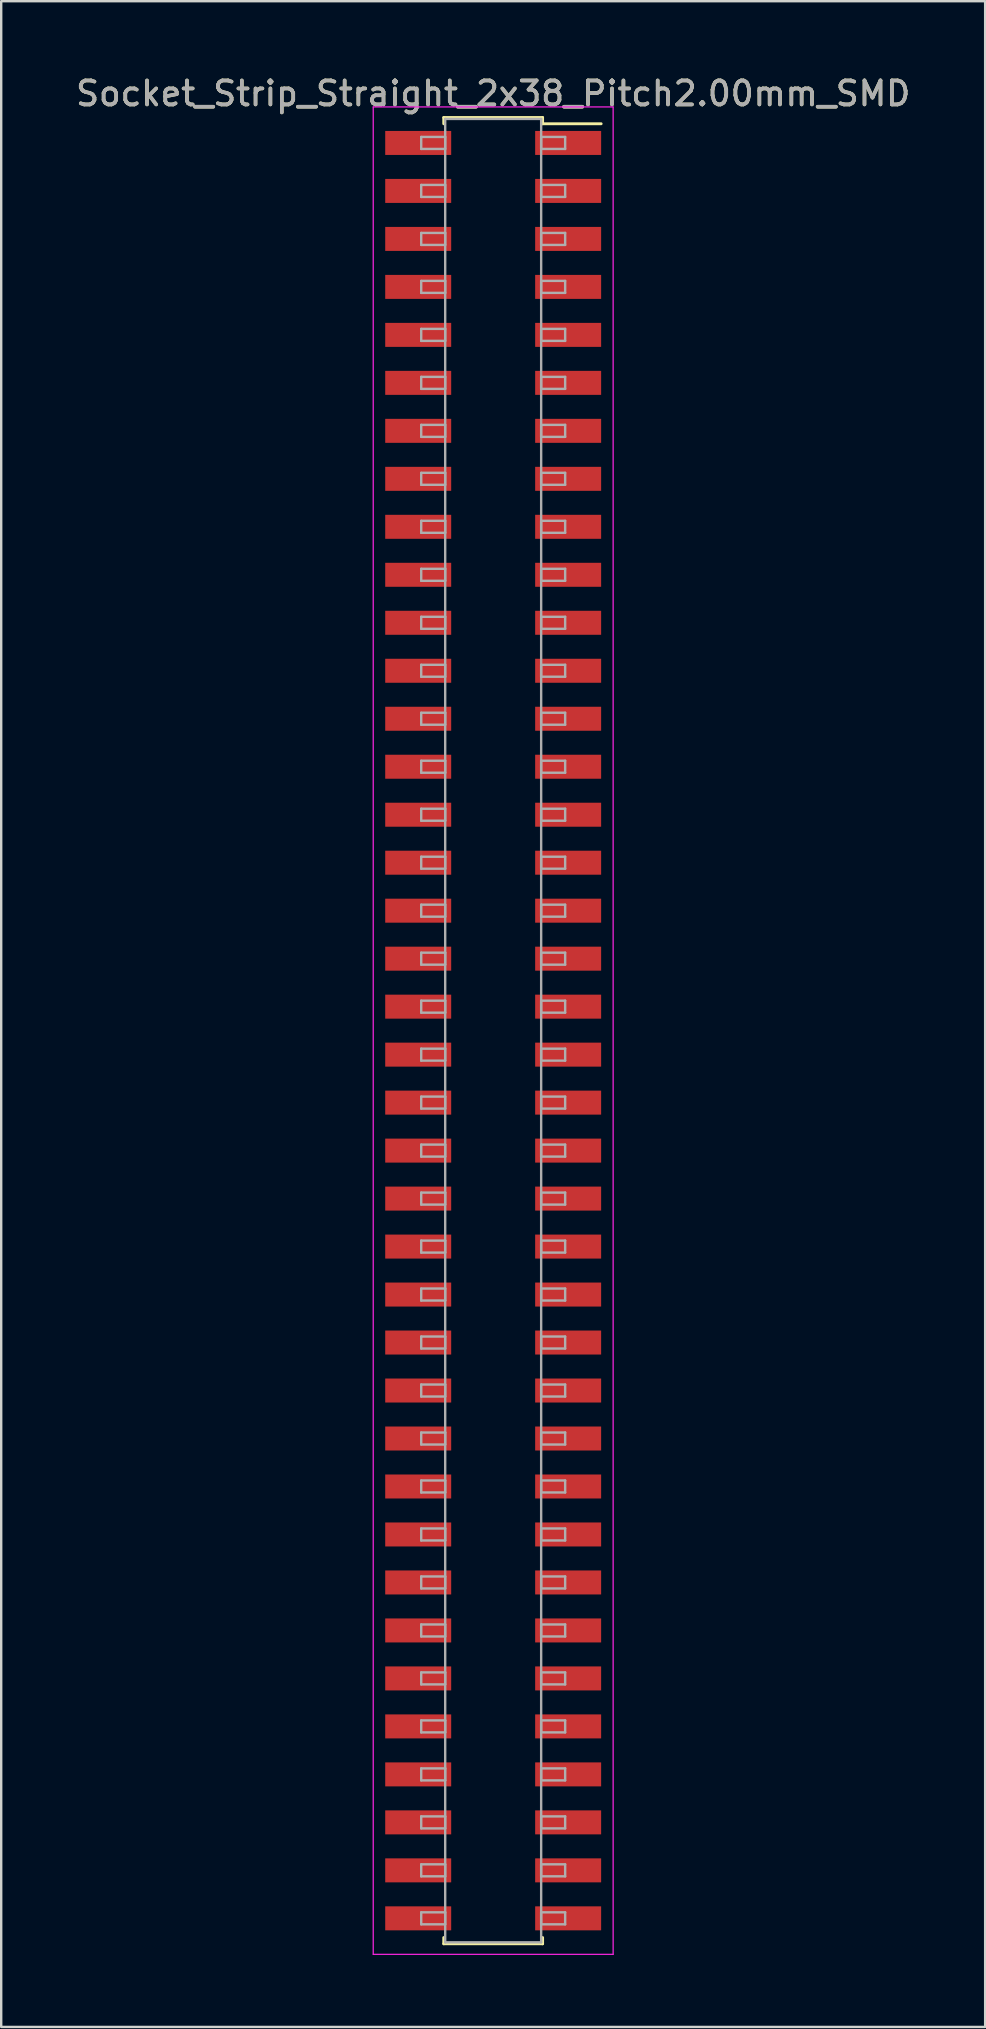
<source format=kicad_pcb>
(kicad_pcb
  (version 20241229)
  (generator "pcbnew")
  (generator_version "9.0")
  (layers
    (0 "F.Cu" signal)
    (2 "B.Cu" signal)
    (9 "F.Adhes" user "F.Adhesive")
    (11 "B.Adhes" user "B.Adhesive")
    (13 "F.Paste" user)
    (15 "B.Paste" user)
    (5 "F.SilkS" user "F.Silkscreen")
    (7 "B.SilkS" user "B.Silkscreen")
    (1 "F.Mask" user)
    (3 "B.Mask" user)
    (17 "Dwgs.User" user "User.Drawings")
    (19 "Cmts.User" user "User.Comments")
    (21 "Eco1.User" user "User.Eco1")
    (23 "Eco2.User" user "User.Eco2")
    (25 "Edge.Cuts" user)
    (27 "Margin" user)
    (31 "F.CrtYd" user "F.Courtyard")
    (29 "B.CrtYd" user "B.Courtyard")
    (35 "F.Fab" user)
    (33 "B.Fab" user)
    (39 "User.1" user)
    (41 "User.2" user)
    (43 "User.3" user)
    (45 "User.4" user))
  (footprint "Socket_Strip_Straight_2x38_Pitch2.00mm_SMD"
    (layer "F.Cu")
    (at 17.506 39.908)
    (property "Reference" "Socket_Strip_Straight_2x38_Pitch2.00mm_SMD" (at 0 -39.06 0) (layer "F.SilkS") (effects (font (size 1 1) (thickness 0.15))))
    (attr smd)
    (fp_line (start -2.06 -38.06) (end 2.06 -38.06) (stroke (width 0.12) (type solid)) (layer "F.SilkS"))
    (fp_line (start -2.06 -37.8) (end -2.06 -38.06) (stroke (width 0.12) (type solid)) (layer "F.SilkS"))
    (fp_line (start -2.06 37.8) (end -2.06 38.06) (stroke (width 0.12) (type solid)) (layer "F.SilkS"))
    (fp_line (start -2.06 38.06) (end 2.06 38.06) (stroke (width 0.12) (type solid)) (layer "F.SilkS"))
    (fp_line (start 2.06 -38.06) (end 2.06 -37.8) (stroke (width 0.12) (type solid)) (layer "F.SilkS"))
    (fp_line (start 2.06 38.06) (end 2.06 37.8) (stroke (width 0.12) (type solid)) (layer "F.SilkS"))
    (fp_line (start 4.5 -37.8) (end 2.06 -37.8) (stroke (width 0.12) (type solid)) (layer "F.SilkS"))
    (fp_line (start -5 -38.5) (end -5 38.5) (stroke (width 0.05) (type solid)) (layer "F.CrtYd"))
    (fp_line (start -5 38.5) (end 5 38.5) (stroke (width 0.05) (type solid)) (layer "F.CrtYd"))
    (fp_line (start 5 -38.5) (end -5 -38.5) (stroke (width 0.05) (type solid)) (layer "F.CrtYd"))
    (fp_line (start 5 38.5) (end 5 -38.5) (stroke (width 0.05) (type solid)) (layer "F.CrtYd"))
    (fp_line (start -3 -37.25) (end -2 -37.25) (stroke (width 0.1) (type solid)) (layer "F.Fab"))
    (fp_line (start -3 -36.75) (end -3 -37.25) (stroke (width 0.1) (type solid)) (layer "F.Fab"))
    (fp_line (start -3 -35.25) (end -2 -35.25) (stroke (width 0.1) (type solid)) (layer "F.Fab"))
    (fp_line (start -3 -34.75) (end -3 -35.25) (stroke (width 0.1) (type solid)) (layer "F.Fab"))
    (fp_line (start -3 -33.25) (end -2 -33.25) (stroke (width 0.1) (type solid)) (layer "F.Fab"))
    (fp_line (start -3 -32.75) (end -3 -33.25) (stroke (width 0.1) (type solid)) (layer "F.Fab"))
    (fp_line (start -3 -31.25) (end -2 -31.25) (stroke (width 0.1) (type solid)) (layer "F.Fab"))
    (fp_line (start -3 -30.75) (end -3 -31.25) (stroke (width 0.1) (type solid)) (layer "F.Fab"))
    (fp_line (start -3 -29.25) (end -2 -29.25) (stroke (width 0.1) (type solid)) (layer "F.Fab"))
    (fp_line (start -3 -28.75) (end -3 -29.25) (stroke (width 0.1) (type solid)) (layer "F.Fab"))
    (fp_line (start -3 -27.25) (end -2 -27.25) (stroke (width 0.1) (type solid)) (layer "F.Fab"))
    (fp_line (start -3 -26.75) (end -3 -27.25) (stroke (width 0.1) (type solid)) (layer "F.Fab"))
    (fp_line (start -3 -25.25) (end -2 -25.25) (stroke (width 0.1) (type solid)) (layer "F.Fab"))
    (fp_line (start -3 -24.75) (end -3 -25.25) (stroke (width 0.1) (type solid)) (layer "F.Fab"))
    (fp_line (start -3 -23.25) (end -2 -23.25) (stroke (width 0.1) (type solid)) (layer "F.Fab"))
    (fp_line (start -3 -22.75) (end -3 -23.25) (stroke (width 0.1) (type solid)) (layer "F.Fab"))
    (fp_line (start -3 -21.25) (end -2 -21.25) (stroke (width 0.1) (type solid)) (layer "F.Fab"))
    (fp_line (start -3 -20.75) (end -3 -21.25) (stroke (width 0.1) (type solid)) (layer "F.Fab"))
    (fp_line (start -3 -19.25) (end -2 -19.25) (stroke (width 0.1) (type solid)) (layer "F.Fab"))
    (fp_line (start -3 -18.75) (end -3 -19.25) (stroke (width 0.1) (type solid)) (layer "F.Fab"))
    (fp_line (start -3 -17.25) (end -2 -17.25) (stroke (width 0.1) (type solid)) (layer "F.Fab"))
    (fp_line (start -3 -16.75) (end -3 -17.25) (stroke (width 0.1) (type solid)) (layer "F.Fab"))
    (fp_line (start -3 -15.25) (end -2 -15.25) (stroke (width 0.1) (type solid)) (layer "F.Fab"))
    (fp_line (start -3 -14.75) (end -3 -15.25) (stroke (width 0.1) (type solid)) (layer "F.Fab"))
    (fp_line (start -3 -13.25) (end -2 -13.25) (stroke (width 0.1) (type solid)) (layer "F.Fab"))
    (fp_line (start -3 -12.75) (end -3 -13.25) (stroke (width 0.1) (type solid)) (layer "F.Fab"))
    (fp_line (start -3 -11.25) (end -2 -11.25) (stroke (width 0.1) (type solid)) (layer "F.Fab"))
    (fp_line (start -3 -10.75) (end -3 -11.25) (stroke (width 0.1) (type solid)) (layer "F.Fab"))
    (fp_line (start -3 -9.25) (end -2 -9.25) (stroke (width 0.1) (type solid)) (layer "F.Fab"))
    (fp_line (start -3 -8.75) (end -3 -9.25) (stroke (width 0.1) (type solid)) (layer "F.Fab"))
    (fp_line (start -3 -7.25) (end -2 -7.25) (stroke (width 0.1) (type solid)) (layer "F.Fab"))
    (fp_line (start -3 -6.75) (end -3 -7.25) (stroke (width 0.1) (type solid)) (layer "F.Fab"))
    (fp_line (start -3 -5.25) (end -2 -5.25) (stroke (width 0.1) (type solid)) (layer "F.Fab"))
    (fp_line (start -3 -4.75) (end -3 -5.25) (stroke (width 0.1) (type solid)) (layer "F.Fab"))
    (fp_line (start -3 -3.25) (end -2 -3.25) (stroke (width 0.1) (type solid)) (layer "F.Fab"))
    (fp_line (start -3 -2.75) (end -3 -3.25) (stroke (width 0.1) (type solid)) (layer "F.Fab"))
    (fp_line (start -3 -1.25) (end -2 -1.25) (stroke (width 0.1) (type solid)) (layer "F.Fab"))
    (fp_line (start -3 -0.75) (end -3 -1.25) (stroke (width 0.1) (type solid)) (layer "F.Fab"))
    (fp_line (start -3 0.75) (end -2 0.75) (stroke (width 0.1) (type solid)) (layer "F.Fab"))
    (fp_line (start -3 1.25) (end -3 0.75) (stroke (width 0.1) (type solid)) (layer "F.Fab"))
    (fp_line (start -3 2.75) (end -2 2.75) (stroke (width 0.1) (type solid)) (layer "F.Fab"))
    (fp_line (start -3 3.25) (end -3 2.75) (stroke (width 0.1) (type solid)) (layer "F.Fab"))
    (fp_line (start -3 4.75) (end -2 4.75) (stroke (width 0.1) (type solid)) (layer "F.Fab"))
    (fp_line (start -3 5.25) (end -3 4.75) (stroke (width 0.1) (type solid)) (layer "F.Fab"))
    (fp_line (start -3 6.75) (end -2 6.75) (stroke (width 0.1) (type solid)) (layer "F.Fab"))
    (fp_line (start -3 7.25) (end -3 6.75) (stroke (width 0.1) (type solid)) (layer "F.Fab"))
    (fp_line (start -3 8.75) (end -2 8.75) (stroke (width 0.1) (type solid)) (layer "F.Fab"))
    (fp_line (start -3 9.25) (end -3 8.75) (stroke (width 0.1) (type solid)) (layer "F.Fab"))
    (fp_line (start -3 10.75) (end -2 10.75) (stroke (width 0.1) (type solid)) (layer "F.Fab"))
    (fp_line (start -3 11.25) (end -3 10.75) (stroke (width 0.1) (type solid)) (layer "F.Fab"))
    (fp_line (start -3 12.75) (end -2 12.75) (stroke (width 0.1) (type solid)) (layer "F.Fab"))
    (fp_line (start -3 13.25) (end -3 12.75) (stroke (width 0.1) (type solid)) (layer "F.Fab"))
    (fp_line (start -3 14.75) (end -2 14.75) (stroke (width 0.1) (type solid)) (layer "F.Fab"))
    (fp_line (start -3 15.25) (end -3 14.75) (stroke (width 0.1) (type solid)) (layer "F.Fab"))
    (fp_line (start -3 16.75) (end -2 16.75) (stroke (width 0.1) (type solid)) (layer "F.Fab"))
    (fp_line (start -3 17.25) (end -3 16.75) (stroke (width 0.1) (type solid)) (layer "F.Fab"))
    (fp_line (start -3 18.75) (end -2 18.75) (stroke (width 0.1) (type solid)) (layer "F.Fab"))
    (fp_line (start -3 19.25) (end -3 18.75) (stroke (width 0.1) (type solid)) (layer "F.Fab"))
    (fp_line (start -3 20.75) (end -2 20.75) (stroke (width 0.1) (type solid)) (layer "F.Fab"))
    (fp_line (start -3 21.25) (end -3 20.75) (stroke (width 0.1) (type solid)) (layer "F.Fab"))
    (fp_line (start -3 22.75) (end -2 22.75) (stroke (width 0.1) (type solid)) (layer "F.Fab"))
    (fp_line (start -3 23.25) (end -3 22.75) (stroke (width 0.1) (type solid)) (layer "F.Fab"))
    (fp_line (start -3 24.75) (end -2 24.75) (stroke (width 0.1) (type solid)) (layer "F.Fab"))
    (fp_line (start -3 25.25) (end -3 24.75) (stroke (width 0.1) (type solid)) (layer "F.Fab"))
    (fp_line (start -3 26.75) (end -2 26.75) (stroke (width 0.1) (type solid)) (layer "F.Fab"))
    (fp_line (start -3 27.25) (end -3 26.75) (stroke (width 0.1) (type solid)) (layer "F.Fab"))
    (fp_line (start -3 28.75) (end -2 28.75) (stroke (width 0.1) (type solid)) (layer "F.Fab"))
    (fp_line (start -3 29.25) (end -3 28.75) (stroke (width 0.1) (type solid)) (layer "F.Fab"))
    (fp_line (start -3 30.75) (end -2 30.75) (stroke (width 0.1) (type solid)) (layer "F.Fab"))
    (fp_line (start -3 31.25) (end -3 30.75) (stroke (width 0.1) (type solid)) (layer "F.Fab"))
    (fp_line (start -3 32.75) (end -2 32.75) (stroke (width 0.1) (type solid)) (layer "F.Fab"))
    (fp_line (start -3 33.25) (end -3 32.75) (stroke (width 0.1) (type solid)) (layer "F.Fab"))
    (fp_line (start -3 34.75) (end -2 34.75) (stroke (width 0.1) (type solid)) (layer "F.Fab"))
    (fp_line (start -3 35.25) (end -3 34.75) (stroke (width 0.1) (type solid)) (layer "F.Fab"))
    (fp_line (start -3 36.75) (end -2 36.75) (stroke (width 0.1) (type solid)) (layer "F.Fab"))
    (fp_line (start -3 37.25) (end -3 36.75) (stroke (width 0.1) (type solid)) (layer "F.Fab"))
    (fp_line (start -2 -38) (end -2 38) (stroke (width 0.1) (type solid)) (layer "F.Fab"))
    (fp_line (start -2 -37.25) (end -2 -36.75) (stroke (width 0.1) (type solid)) (layer "F.Fab"))
    (fp_line (start -2 -36.75) (end -3 -36.75) (stroke (width 0.1) (type solid)) (layer "F.Fab"))
    (fp_line (start -2 -35.25) (end -2 -34.75) (stroke (width 0.1) (type solid)) (layer "F.Fab"))
    (fp_line (start -2 -34.75) (end -3 -34.75) (stroke (width 0.1) (type solid)) (layer "F.Fab"))
    (fp_line (start -2 -33.25) (end -2 -32.75) (stroke (width 0.1) (type solid)) (layer "F.Fab"))
    (fp_line (start -2 -32.75) (end -3 -32.75) (stroke (width 0.1) (type solid)) (layer "F.Fab"))
    (fp_line (start -2 -31.25) (end -2 -30.75) (stroke (width 0.1) (type solid)) (layer "F.Fab"))
    (fp_line (start -2 -30.75) (end -3 -30.75) (stroke (width 0.1) (type solid)) (layer "F.Fab"))
    (fp_line (start -2 -29.25) (end -2 -28.75) (stroke (width 0.1) (type solid)) (layer "F.Fab"))
    (fp_line (start -2 -28.75) (end -3 -28.75) (stroke (width 0.1) (type solid)) (layer "F.Fab"))
    (fp_line (start -2 -27.25) (end -2 -26.75) (stroke (width 0.1) (type solid)) (layer "F.Fab"))
    (fp_line (start -2 -26.75) (end -3 -26.75) (stroke (width 0.1) (type solid)) (layer "F.Fab"))
    (fp_line (start -2 -25.25) (end -2 -24.75) (stroke (width 0.1) (type solid)) (layer "F.Fab"))
    (fp_line (start -2 -24.75) (end -3 -24.75) (stroke (width 0.1) (type solid)) (layer "F.Fab"))
    (fp_line (start -2 -23.25) (end -2 -22.75) (stroke (width 0.1) (type solid)) (layer "F.Fab"))
    (fp_line (start -2 -22.75) (end -3 -22.75) (stroke (width 0.1) (type solid)) (layer "F.Fab"))
    (fp_line (start -2 -21.25) (end -2 -20.75) (stroke (width 0.1) (type solid)) (layer "F.Fab"))
    (fp_line (start -2 -20.75) (end -3 -20.75) (stroke (width 0.1) (type solid)) (layer "F.Fab"))
    (fp_line (start -2 -19.25) (end -2 -18.75) (stroke (width 0.1) (type solid)) (layer "F.Fab"))
    (fp_line (start -2 -18.75) (end -3 -18.75) (stroke (width 0.1) (type solid)) (layer "F.Fab"))
    (fp_line (start -2 -17.25) (end -2 -16.75) (stroke (width 0.1) (type solid)) (layer "F.Fab"))
    (fp_line (start -2 -16.75) (end -3 -16.75) (stroke (width 0.1) (type solid)) (layer "F.Fab"))
    (fp_line (start -2 -15.25) (end -2 -14.75) (stroke (width 0.1) (type solid)) (layer "F.Fab"))
    (fp_line (start -2 -14.75) (end -3 -14.75) (stroke (width 0.1) (type solid)) (layer "F.Fab"))
    (fp_line (start -2 -13.25) (end -2 -12.75) (stroke (width 0.1) (type solid)) (layer "F.Fab"))
    (fp_line (start -2 -12.75) (end -3 -12.75) (stroke (width 0.1) (type solid)) (layer "F.Fab"))
    (fp_line (start -2 -11.25) (end -2 -10.75) (stroke (width 0.1) (type solid)) (layer "F.Fab"))
    (fp_line (start -2 -10.75) (end -3 -10.75) (stroke (width 0.1) (type solid)) (layer "F.Fab"))
    (fp_line (start -2 -9.25) (end -2 -8.75) (stroke (width 0.1) (type solid)) (layer "F.Fab"))
    (fp_line (start -2 -8.75) (end -3 -8.75) (stroke (width 0.1) (type solid)) (layer "F.Fab"))
    (fp_line (start -2 -7.25) (end -2 -6.75) (stroke (width 0.1) (type solid)) (layer "F.Fab"))
    (fp_line (start -2 -6.75) (end -3 -6.75) (stroke (width 0.1) (type solid)) (layer "F.Fab"))
    (fp_line (start -2 -5.25) (end -2 -4.75) (stroke (width 0.1) (type solid)) (layer "F.Fab"))
    (fp_line (start -2 -4.75) (end -3 -4.75) (stroke (width 0.1) (type solid)) (layer "F.Fab"))
    (fp_line (start -2 -3.25) (end -2 -2.75) (stroke (width 0.1) (type solid)) (layer "F.Fab"))
    (fp_line (start -2 -2.75) (end -3 -2.75) (stroke (width 0.1) (type solid)) (layer "F.Fab"))
    (fp_line (start -2 -1.25) (end -2 -0.75) (stroke (width 0.1) (type solid)) (layer "F.Fab"))
    (fp_line (start -2 -0.75) (end -3 -0.75) (stroke (width 0.1) (type solid)) (layer "F.Fab"))
    (fp_line (start -2 0.75) (end -2 1.25) (stroke (width 0.1) (type solid)) (layer "F.Fab"))
    (fp_line (start -2 1.25) (end -3 1.25) (stroke (width 0.1) (type solid)) (layer "F.Fab"))
    (fp_line (start -2 2.75) (end -2 3.25) (stroke (width 0.1) (type solid)) (layer "F.Fab"))
    (fp_line (start -2 3.25) (end -3 3.25) (stroke (width 0.1) (type solid)) (layer "F.Fab"))
    (fp_line (start -2 4.75) (end -2 5.25) (stroke (width 0.1) (type solid)) (layer "F.Fab"))
    (fp_line (start -2 5.25) (end -3 5.25) (stroke (width 0.1) (type solid)) (layer "F.Fab"))
    (fp_line (start -2 6.75) (end -2 7.25) (stroke (width 0.1) (type solid)) (layer "F.Fab"))
    (fp_line (start -2 7.25) (end -3 7.25) (stroke (width 0.1) (type solid)) (layer "F.Fab"))
    (fp_line (start -2 8.75) (end -2 9.25) (stroke (width 0.1) (type solid)) (layer "F.Fab"))
    (fp_line (start -2 9.25) (end -3 9.25) (stroke (width 0.1) (type solid)) (layer "F.Fab"))
    (fp_line (start -2 10.75) (end -2 11.25) (stroke (width 0.1) (type solid)) (layer "F.Fab"))
    (fp_line (start -2 11.25) (end -3 11.25) (stroke (width 0.1) (type solid)) (layer "F.Fab"))
    (fp_line (start -2 12.75) (end -2 13.25) (stroke (width 0.1) (type solid)) (layer "F.Fab"))
    (fp_line (start -2 13.25) (end -3 13.25) (stroke (width 0.1) (type solid)) (layer "F.Fab"))
    (fp_line (start -2 14.75) (end -2 15.25) (stroke (width 0.1) (type solid)) (layer "F.Fab"))
    (fp_line (start -2 15.25) (end -3 15.25) (stroke (width 0.1) (type solid)) (layer "F.Fab"))
    (fp_line (start -2 16.75) (end -2 17.25) (stroke (width 0.1) (type solid)) (layer "F.Fab"))
    (fp_line (start -2 17.25) (end -3 17.25) (stroke (width 0.1) (type solid)) (layer "F.Fab"))
    (fp_line (start -2 18.75) (end -2 19.25) (stroke (width 0.1) (type solid)) (layer "F.Fab"))
    (fp_line (start -2 19.25) (end -3 19.25) (stroke (width 0.1) (type solid)) (layer "F.Fab"))
    (fp_line (start -2 20.75) (end -2 21.25) (stroke (width 0.1) (type solid)) (layer "F.Fab"))
    (fp_line (start -2 21.25) (end -3 21.25) (stroke (width 0.1) (type solid)) (layer "F.Fab"))
    (fp_line (start -2 22.75) (end -2 23.25) (stroke (width 0.1) (type solid)) (layer "F.Fab"))
    (fp_line (start -2 23.25) (end -3 23.25) (stroke (width 0.1) (type solid)) (layer "F.Fab"))
    (fp_line (start -2 24.75) (end -2 25.25) (stroke (width 0.1) (type solid)) (layer "F.Fab"))
    (fp_line (start -2 25.25) (end -3 25.25) (stroke (width 0.1) (type solid)) (layer "F.Fab"))
    (fp_line (start -2 26.75) (end -2 27.25) (stroke (width 0.1) (type solid)) (layer "F.Fab"))
    (fp_line (start -2 27.25) (end -3 27.25) (stroke (width 0.1) (type solid)) (layer "F.Fab"))
    (fp_line (start -2 28.75) (end -2 29.25) (stroke (width 0.1) (type solid)) (layer "F.Fab"))
    (fp_line (start -2 29.25) (end -3 29.25) (stroke (width 0.1) (type solid)) (layer "F.Fab"))
    (fp_line (start -2 30.75) (end -2 31.25) (stroke (width 0.1) (type solid)) (layer "F.Fab"))
    (fp_line (start -2 31.25) (end -3 31.25) (stroke (width 0.1) (type solid)) (layer "F.Fab"))
    (fp_line (start -2 32.75) (end -2 33.25) (stroke (width 0.1) (type solid)) (layer "F.Fab"))
    (fp_line (start -2 33.25) (end -3 33.25) (stroke (width 0.1) (type solid)) (layer "F.Fab"))
    (fp_line (start -2 34.75) (end -2 35.25) (stroke (width 0.1) (type solid)) (layer "F.Fab"))
    (fp_line (start -2 35.25) (end -3 35.25) (stroke (width 0.1) (type solid)) (layer "F.Fab"))
    (fp_line (start -2 36.75) (end -2 37.25) (stroke (width 0.1) (type solid)) (layer "F.Fab"))
    (fp_line (start -2 37.25) (end -3 37.25) (stroke (width 0.1) (type solid)) (layer "F.Fab"))
    (fp_line (start -2 38) (end 2 38) (stroke (width 0.1) (type solid)) (layer "F.Fab"))
    (fp_line (start 2 -38) (end -2 -38) (stroke (width 0.1) (type solid)) (layer "F.Fab"))
    (fp_line (start 2 -37.25) (end 2 -36.75) (stroke (width 0.1) (type solid)) (layer "F.Fab"))
    (fp_line (start 2 -36.75) (end 3 -36.75) (stroke (width 0.1) (type solid)) (layer "F.Fab"))
    (fp_line (start 2 -35.25) (end 2 -34.75) (stroke (width 0.1) (type solid)) (layer "F.Fab"))
    (fp_line (start 2 -34.75) (end 3 -34.75) (stroke (width 0.1) (type solid)) (layer "F.Fab"))
    (fp_line (start 2 -33.25) (end 2 -32.75) (stroke (width 0.1) (type solid)) (layer "F.Fab"))
    (fp_line (start 2 -32.75) (end 3 -32.75) (stroke (width 0.1) (type solid)) (layer "F.Fab"))
    (fp_line (start 2 -31.25) (end 2 -30.75) (stroke (width 0.1) (type solid)) (layer "F.Fab"))
    (fp_line (start 2 -30.75) (end 3 -30.75) (stroke (width 0.1) (type solid)) (layer "F.Fab"))
    (fp_line (start 2 -29.25) (end 2 -28.75) (stroke (width 0.1) (type solid)) (layer "F.Fab"))
    (fp_line (start 2 -28.75) (end 3 -28.75) (stroke (width 0.1) (type solid)) (layer "F.Fab"))
    (fp_line (start 2 -27.25) (end 2 -26.75) (stroke (width 0.1) (type solid)) (layer "F.Fab"))
    (fp_line (start 2 -26.75) (end 3 -26.75) (stroke (width 0.1) (type solid)) (layer "F.Fab"))
    (fp_line (start 2 -25.25) (end 2 -24.75) (stroke (width 0.1) (type solid)) (layer "F.Fab"))
    (fp_line (start 2 -24.75) (end 3 -24.75) (stroke (width 0.1) (type solid)) (layer "F.Fab"))
    (fp_line (start 2 -23.25) (end 2 -22.75) (stroke (width 0.1) (type solid)) (layer "F.Fab"))
    (fp_line (start 2 -22.75) (end 3 -22.75) (stroke (width 0.1) (type solid)) (layer "F.Fab"))
    (fp_line (start 2 -21.25) (end 2 -20.75) (stroke (width 0.1) (type solid)) (layer "F.Fab"))
    (fp_line (start 2 -20.75) (end 3 -20.75) (stroke (width 0.1) (type solid)) (layer "F.Fab"))
    (fp_line (start 2 -19.25) (end 2 -18.75) (stroke (width 0.1) (type solid)) (layer "F.Fab"))
    (fp_line (start 2 -18.75) (end 3 -18.75) (stroke (width 0.1) (type solid)) (layer "F.Fab"))
    (fp_line (start 2 -17.25) (end 2 -16.75) (stroke (width 0.1) (type solid)) (layer "F.Fab"))
    (fp_line (start 2 -16.75) (end 3 -16.75) (stroke (width 0.1) (type solid)) (layer "F.Fab"))
    (fp_line (start 2 -15.25) (end 2 -14.75) (stroke (width 0.1) (type solid)) (layer "F.Fab"))
    (fp_line (start 2 -14.75) (end 3 -14.75) (stroke (width 0.1) (type solid)) (layer "F.Fab"))
    (fp_line (start 2 -13.25) (end 2 -12.75) (stroke (width 0.1) (type solid)) (layer "F.Fab"))
    (fp_line (start 2 -12.75) (end 3 -12.75) (stroke (width 0.1) (type solid)) (layer "F.Fab"))
    (fp_line (start 2 -11.25) (end 2 -10.75) (stroke (width 0.1) (type solid)) (layer "F.Fab"))
    (fp_line (start 2 -10.75) (end 3 -10.75) (stroke (width 0.1) (type solid)) (layer "F.Fab"))
    (fp_line (start 2 -9.25) (end 2 -8.75) (stroke (width 0.1) (type solid)) (layer "F.Fab"))
    (fp_line (start 2 -8.75) (end 3 -8.75) (stroke (width 0.1) (type solid)) (layer "F.Fab"))
    (fp_line (start 2 -7.25) (end 2 -6.75) (stroke (width 0.1) (type solid)) (layer "F.Fab"))
    (fp_line (start 2 -6.75) (end 3 -6.75) (stroke (width 0.1) (type solid)) (layer "F.Fab"))
    (fp_line (start 2 -5.25) (end 2 -4.75) (stroke (width 0.1) (type solid)) (layer "F.Fab"))
    (fp_line (start 2 -4.75) (end 3 -4.75) (stroke (width 0.1) (type solid)) (layer "F.Fab"))
    (fp_line (start 2 -3.25) (end 2 -2.75) (stroke (width 0.1) (type solid)) (layer "F.Fab"))
    (fp_line (start 2 -2.75) (end 3 -2.75) (stroke (width 0.1) (type solid)) (layer "F.Fab"))
    (fp_line (start 2 -1.25) (end 2 -0.75) (stroke (width 0.1) (type solid)) (layer "F.Fab"))
    (fp_line (start 2 -0.75) (end 3 -0.75) (stroke (width 0.1) (type solid)) (layer "F.Fab"))
    (fp_line (start 2 0.75) (end 2 1.25) (stroke (width 0.1) (type solid)) (layer "F.Fab"))
    (fp_line (start 2 1.25) (end 3 1.25) (stroke (width 0.1) (type solid)) (layer "F.Fab"))
    (fp_line (start 2 2.75) (end 2 3.25) (stroke (width 0.1) (type solid)) (layer "F.Fab"))
    (fp_line (start 2 3.25) (end 3 3.25) (stroke (width 0.1) (type solid)) (layer "F.Fab"))
    (fp_line (start 2 4.75) (end 2 5.25) (stroke (width 0.1) (type solid)) (layer "F.Fab"))
    (fp_line (start 2 5.25) (end 3 5.25) (stroke (width 0.1) (type solid)) (layer "F.Fab"))
    (fp_line (start 2 6.75) (end 2 7.25) (stroke (width 0.1) (type solid)) (layer "F.Fab"))
    (fp_line (start 2 7.25) (end 3 7.25) (stroke (width 0.1) (type solid)) (layer "F.Fab"))
    (fp_line (start 2 8.75) (end 2 9.25) (stroke (width 0.1) (type solid)) (layer "F.Fab"))
    (fp_line (start 2 9.25) (end 3 9.25) (stroke (width 0.1) (type solid)) (layer "F.Fab"))
    (fp_line (start 2 10.75) (end 2 11.25) (stroke (width 0.1) (type solid)) (layer "F.Fab"))
    (fp_line (start 2 11.25) (end 3 11.25) (stroke (width 0.1) (type solid)) (layer "F.Fab"))
    (fp_line (start 2 12.75) (end 2 13.25) (stroke (width 0.1) (type solid)) (layer "F.Fab"))
    (fp_line (start 2 13.25) (end 3 13.25) (stroke (width 0.1) (type solid)) (layer "F.Fab"))
    (fp_line (start 2 14.75) (end 2 15.25) (stroke (width 0.1) (type solid)) (layer "F.Fab"))
    (fp_line (start 2 15.25) (end 3 15.25) (stroke (width 0.1) (type solid)) (layer "F.Fab"))
    (fp_line (start 2 16.75) (end 2 17.25) (stroke (width 0.1) (type solid)) (layer "F.Fab"))
    (fp_line (start 2 17.25) (end 3 17.25) (stroke (width 0.1) (type solid)) (layer "F.Fab"))
    (fp_line (start 2 18.75) (end 2 19.25) (stroke (width 0.1) (type solid)) (layer "F.Fab"))
    (fp_line (start 2 19.25) (end 3 19.25) (stroke (width 0.1) (type solid)) (layer "F.Fab"))
    (fp_line (start 2 20.75) (end 2 21.25) (stroke (width 0.1) (type solid)) (layer "F.Fab"))
    (fp_line (start 2 21.25) (end 3 21.25) (stroke (width 0.1) (type solid)) (layer "F.Fab"))
    (fp_line (start 2 22.75) (end 2 23.25) (stroke (width 0.1) (type solid)) (layer "F.Fab"))
    (fp_line (start 2 23.25) (end 3 23.25) (stroke (width 0.1) (type solid)) (layer "F.Fab"))
    (fp_line (start 2 24.75) (end 2 25.25) (stroke (width 0.1) (type solid)) (layer "F.Fab"))
    (fp_line (start 2 25.25) (end 3 25.25) (stroke (width 0.1) (type solid)) (layer "F.Fab"))
    (fp_line (start 2 26.75) (end 2 27.25) (stroke (width 0.1) (type solid)) (layer "F.Fab"))
    (fp_line (start 2 27.25) (end 3 27.25) (stroke (width 0.1) (type solid)) (layer "F.Fab"))
    (fp_line (start 2 28.75) (end 2 29.25) (stroke (width 0.1) (type solid)) (layer "F.Fab"))
    (fp_line (start 2 29.25) (end 3 29.25) (stroke (width 0.1) (type solid)) (layer "F.Fab"))
    (fp_line (start 2 30.75) (end 2 31.25) (stroke (width 0.1) (type solid)) (layer "F.Fab"))
    (fp_line (start 2 31.25) (end 3 31.25) (stroke (width 0.1) (type solid)) (layer "F.Fab"))
    (fp_line (start 2 32.75) (end 2 33.25) (stroke (width 0.1) (type solid)) (layer "F.Fab"))
    (fp_line (start 2 33.25) (end 3 33.25) (stroke (width 0.1) (type solid)) (layer "F.Fab"))
    (fp_line (start 2 34.75) (end 2 35.25) (stroke (width 0.1) (type solid)) (layer "F.Fab"))
    (fp_line (start 2 35.25) (end 3 35.25) (stroke (width 0.1) (type solid)) (layer "F.Fab"))
    (fp_line (start 2 36.75) (end 2 37.25) (stroke (width 0.1) (type solid)) (layer "F.Fab"))
    (fp_line (start 2 37.25) (end 3 37.25) (stroke (width 0.1) (type solid)) (layer "F.Fab"))
    (fp_line (start 2 38) (end 2 -38) (stroke (width 0.1) (type solid)) (layer "F.Fab"))
    (fp_line (start 3 -37.25) (end 2 -37.25) (stroke (width 0.1) (type solid)) (layer "F.Fab"))
    (fp_line (start 3 -36.75) (end 3 -37.25) (stroke (width 0.1) (type solid)) (layer "F.Fab"))
    (fp_line (start 3 -35.25) (end 2 -35.25) (stroke (width 0.1) (type solid)) (layer "F.Fab"))
    (fp_line (start 3 -34.75) (end 3 -35.25) (stroke (width 0.1) (type solid)) (layer "F.Fab"))
    (fp_line (start 3 -33.25) (end 2 -33.25) (stroke (width 0.1) (type solid)) (layer "F.Fab"))
    (fp_line (start 3 -32.75) (end 3 -33.25) (stroke (width 0.1) (type solid)) (layer "F.Fab"))
    (fp_line (start 3 -31.25) (end 2 -31.25) (stroke (width 0.1) (type solid)) (layer "F.Fab"))
    (fp_line (start 3 -30.75) (end 3 -31.25) (stroke (width 0.1) (type solid)) (layer "F.Fab"))
    (fp_line (start 3 -29.25) (end 2 -29.25) (stroke (width 0.1) (type solid)) (layer "F.Fab"))
    (fp_line (start 3 -28.75) (end 3 -29.25) (stroke (width 0.1) (type solid)) (layer "F.Fab"))
    (fp_line (start 3 -27.25) (end 2 -27.25) (stroke (width 0.1) (type solid)) (layer "F.Fab"))
    (fp_line (start 3 -26.75) (end 3 -27.25) (stroke (width 0.1) (type solid)) (layer "F.Fab"))
    (fp_line (start 3 -25.25) (end 2 -25.25) (stroke (width 0.1) (type solid)) (layer "F.Fab"))
    (fp_line (start 3 -24.75) (end 3 -25.25) (stroke (width 0.1) (type solid)) (layer "F.Fab"))
    (fp_line (start 3 -23.25) (end 2 -23.25) (stroke (width 0.1) (type solid)) (layer "F.Fab"))
    (fp_line (start 3 -22.75) (end 3 -23.25) (stroke (width 0.1) (type solid)) (layer "F.Fab"))
    (fp_line (start 3 -21.25) (end 2 -21.25) (stroke (width 0.1) (type solid)) (layer "F.Fab"))
    (fp_line (start 3 -20.75) (end 3 -21.25) (stroke (width 0.1) (type solid)) (layer "F.Fab"))
    (fp_line (start 3 -19.25) (end 2 -19.25) (stroke (width 0.1) (type solid)) (layer "F.Fab"))
    (fp_line (start 3 -18.75) (end 3 -19.25) (stroke (width 0.1) (type solid)) (layer "F.Fab"))
    (fp_line (start 3 -17.25) (end 2 -17.25) (stroke (width 0.1) (type solid)) (layer "F.Fab"))
    (fp_line (start 3 -16.75) (end 3 -17.25) (stroke (width 0.1) (type solid)) (layer "F.Fab"))
    (fp_line (start 3 -15.25) (end 2 -15.25) (stroke (width 0.1) (type solid)) (layer "F.Fab"))
    (fp_line (start 3 -14.75) (end 3 -15.25) (stroke (width 0.1) (type solid)) (layer "F.Fab"))
    (fp_line (start 3 -13.25) (end 2 -13.25) (stroke (width 0.1) (type solid)) (layer "F.Fab"))
    (fp_line (start 3 -12.75) (end 3 -13.25) (stroke (width 0.1) (type solid)) (layer "F.Fab"))
    (fp_line (start 3 -11.25) (end 2 -11.25) (stroke (width 0.1) (type solid)) (layer "F.Fab"))
    (fp_line (start 3 -10.75) (end 3 -11.25) (stroke (width 0.1) (type solid)) (layer "F.Fab"))
    (fp_line (start 3 -9.25) (end 2 -9.25) (stroke (width 0.1) (type solid)) (layer "F.Fab"))
    (fp_line (start 3 -8.75) (end 3 -9.25) (stroke (width 0.1) (type solid)) (layer "F.Fab"))
    (fp_line (start 3 -7.25) (end 2 -7.25) (stroke (width 0.1) (type solid)) (layer "F.Fab"))
    (fp_line (start 3 -6.75) (end 3 -7.25) (stroke (width 0.1) (type solid)) (layer "F.Fab"))
    (fp_line (start 3 -5.25) (end 2 -5.25) (stroke (width 0.1) (type solid)) (layer "F.Fab"))
    (fp_line (start 3 -4.75) (end 3 -5.25) (stroke (width 0.1) (type solid)) (layer "F.Fab"))
    (fp_line (start 3 -3.25) (end 2 -3.25) (stroke (width 0.1) (type solid)) (layer "F.Fab"))
    (fp_line (start 3 -2.75) (end 3 -3.25) (stroke (width 0.1) (type solid)) (layer "F.Fab"))
    (fp_line (start 3 -1.25) (end 2 -1.25) (stroke (width 0.1) (type solid)) (layer "F.Fab"))
    (fp_line (start 3 -0.75) (end 3 -1.25) (stroke (width 0.1) (type solid)) (layer "F.Fab"))
    (fp_line (start 3 0.75) (end 2 0.75) (stroke (width 0.1) (type solid)) (layer "F.Fab"))
    (fp_line (start 3 1.25) (end 3 0.75) (stroke (width 0.1) (type solid)) (layer "F.Fab"))
    (fp_line (start 3 2.75) (end 2 2.75) (stroke (width 0.1) (type solid)) (layer "F.Fab"))
    (fp_line (start 3 3.25) (end 3 2.75) (stroke (width 0.1) (type solid)) (layer "F.Fab"))
    (fp_line (start 3 4.75) (end 2 4.75) (stroke (width 0.1) (type solid)) (layer "F.Fab"))
    (fp_line (start 3 5.25) (end 3 4.75) (stroke (width 0.1) (type solid)) (layer "F.Fab"))
    (fp_line (start 3 6.75) (end 2 6.75) (stroke (width 0.1) (type solid)) (layer "F.Fab"))
    (fp_line (start 3 7.25) (end 3 6.75) (stroke (width 0.1) (type solid)) (layer "F.Fab"))
    (fp_line (start 3 8.75) (end 2 8.75) (stroke (width 0.1) (type solid)) (layer "F.Fab"))
    (fp_line (start 3 9.25) (end 3 8.75) (stroke (width 0.1) (type solid)) (layer "F.Fab"))
    (fp_line (start 3 10.75) (end 2 10.75) (stroke (width 0.1) (type solid)) (layer "F.Fab"))
    (fp_line (start 3 11.25) (end 3 10.75) (stroke (width 0.1) (type solid)) (layer "F.Fab"))
    (fp_line (start 3 12.75) (end 2 12.75) (stroke (width 0.1) (type solid)) (layer "F.Fab"))
    (fp_line (start 3 13.25) (end 3 12.75) (stroke (width 0.1) (type solid)) (layer "F.Fab"))
    (fp_line (start 3 14.75) (end 2 14.75) (stroke (width 0.1) (type solid)) (layer "F.Fab"))
    (fp_line (start 3 15.25) (end 3 14.75) (stroke (width 0.1) (type solid)) (layer "F.Fab"))
    (fp_line (start 3 16.75) (end 2 16.75) (stroke (width 0.1) (type solid)) (layer "F.Fab"))
    (fp_line (start 3 17.25) (end 3 16.75) (stroke (width 0.1) (type solid)) (layer "F.Fab"))
    (fp_line (start 3 18.75) (end 2 18.75) (stroke (width 0.1) (type solid)) (layer "F.Fab"))
    (fp_line (start 3 19.25) (end 3 18.75) (stroke (width 0.1) (type solid)) (layer "F.Fab"))
    (fp_line (start 3 20.75) (end 2 20.75) (stroke (width 0.1) (type solid)) (layer "F.Fab"))
    (fp_line (start 3 21.25) (end 3 20.75) (stroke (width 0.1) (type solid)) (layer "F.Fab"))
    (fp_line (start 3 22.75) (end 2 22.75) (stroke (width 0.1) (type solid)) (layer "F.Fab"))
    (fp_line (start 3 23.25) (end 3 22.75) (stroke (width 0.1) (type solid)) (layer "F.Fab"))
    (fp_line (start 3 24.75) (end 2 24.75) (stroke (width 0.1) (type solid)) (layer "F.Fab"))
    (fp_line (start 3 25.25) (end 3 24.75) (stroke (width 0.1) (type solid)) (layer "F.Fab"))
    (fp_line (start 3 26.75) (end 2 26.75) (stroke (width 0.1) (type solid)) (layer "F.Fab"))
    (fp_line (start 3 27.25) (end 3 26.75) (stroke (width 0.1) (type solid)) (layer "F.Fab"))
    (fp_line (start 3 28.75) (end 2 28.75) (stroke (width 0.1) (type solid)) (layer "F.Fab"))
    (fp_line (start 3 29.25) (end 3 28.75) (stroke (width 0.1) (type solid)) (layer "F.Fab"))
    (fp_line (start 3 30.75) (end 2 30.75) (stroke (width 0.1) (type solid)) (layer "F.Fab"))
    (fp_line (start 3 31.25) (end 3 30.75) (stroke (width 0.1) (type solid)) (layer "F.Fab"))
    (fp_line (start 3 32.75) (end 2 32.75) (stroke (width 0.1) (type solid)) (layer "F.Fab"))
    (fp_line (start 3 33.25) (end 3 32.75) (stroke (width 0.1) (type solid)) (layer "F.Fab"))
    (fp_line (start 3 34.75) (end 2 34.75) (stroke (width 0.1) (type solid)) (layer "F.Fab"))
    (fp_line (start 3 35.25) (end 3 34.75) (stroke (width 0.1) (type solid)) (layer "F.Fab"))
    (fp_line (start 3 36.75) (end 2 36.75) (stroke (width 0.1) (type solid)) (layer "F.Fab"))
    (fp_line (start 3 37.25) (end 3 36.75) (stroke (width 0.1) (type solid)) (layer "F.Fab"))
    (fp_text user "${REFERENCE}" (at 0 -39.06 0) (layer "F.Fab") (effects (font (size 1 1) (thickness 0.15))))
    (pad "1" smd rect (at 3.125 -37) (size 2.75 1) (layers "F.Cu" "F.Mask" "F.Paste"))
    (pad "2" smd rect (at -3.125 -37) (size 2.75 1) (layers "F.Cu" "F.Mask" "F.Paste"))
    (pad "3" smd rect (at 3.125 -35) (size 2.75 1) (layers "F.Cu" "F.Mask" "F.Paste"))
    (pad "4" smd rect (at -3.125 -35) (size 2.75 1) (layers "F.Cu" "F.Mask" "F.Paste"))
    (pad "5" smd rect (at 3.125 -33) (size 2.75 1) (layers "F.Cu" "F.Mask" "F.Paste"))
    (pad "6" smd rect (at -3.125 -33) (size 2.75 1) (layers "F.Cu" "F.Mask" "F.Paste"))
    (pad "7" smd rect (at 3.125 -31) (size 2.75 1) (layers "F.Cu" "F.Mask" "F.Paste"))
    (pad "8" smd rect (at -3.125 -31) (size 2.75 1) (layers "F.Cu" "F.Mask" "F.Paste"))
    (pad "9" smd rect (at 3.125 -29) (size 2.75 1) (layers "F.Cu" "F.Mask" "F.Paste"))
    (pad "10" smd rect (at -3.125 -29) (size 2.75 1) (layers "F.Cu" "F.Mask" "F.Paste"))
    (pad "11" smd rect (at 3.125 -27) (size 2.75 1) (layers "F.Cu" "F.Mask" "F.Paste"))
    (pad "12" smd rect (at -3.125 -27) (size 2.75 1) (layers "F.Cu" "F.Mask" "F.Paste"))
    (pad "13" smd rect (at 3.125 -25) (size 2.75 1) (layers "F.Cu" "F.Mask" "F.Paste"))
    (pad "14" smd rect (at -3.125 -25) (size 2.75 1) (layers "F.Cu" "F.Mask" "F.Paste"))
    (pad "15" smd rect (at 3.125 -23) (size 2.75 1) (layers "F.Cu" "F.Mask" "F.Paste"))
    (pad "16" smd rect (at -3.125 -23) (size 2.75 1) (layers "F.Cu" "F.Mask" "F.Paste"))
    (pad "17" smd rect (at 3.125 -21) (size 2.75 1) (layers "F.Cu" "F.Mask" "F.Paste"))
    (pad "18" smd rect (at -3.125 -21) (size 2.75 1) (layers "F.Cu" "F.Mask" "F.Paste"))
    (pad "19" smd rect (at 3.125 -19) (size 2.75 1) (layers "F.Cu" "F.Mask" "F.Paste"))
    (pad "20" smd rect (at -3.125 -19) (size 2.75 1) (layers "F.Cu" "F.Mask" "F.Paste"))
    (pad "21" smd rect (at 3.125 -17) (size 2.75 1) (layers "F.Cu" "F.Mask" "F.Paste"))
    (pad "22" smd rect (at -3.125 -17) (size 2.75 1) (layers "F.Cu" "F.Mask" "F.Paste"))
    (pad "23" smd rect (at 3.125 -15) (size 2.75 1) (layers "F.Cu" "F.Mask" "F.Paste"))
    (pad "24" smd rect (at -3.125 -15) (size 2.75 1) (layers "F.Cu" "F.Mask" "F.Paste"))
    (pad "25" smd rect (at 3.125 -13) (size 2.75 1) (layers "F.Cu" "F.Mask" "F.Paste"))
    (pad "26" smd rect (at -3.125 -13) (size 2.75 1) (layers "F.Cu" "F.Mask" "F.Paste"))
    (pad "27" smd rect (at 3.125 -11) (size 2.75 1) (layers "F.Cu" "F.Mask" "F.Paste"))
    (pad "28" smd rect (at -3.125 -11) (size 2.75 1) (layers "F.Cu" "F.Mask" "F.Paste"))
    (pad "29" smd rect (at 3.125 -9) (size 2.75 1) (layers "F.Cu" "F.Mask" "F.Paste"))
    (pad "30" smd rect (at -3.125 -9) (size 2.75 1) (layers "F.Cu" "F.Mask" "F.Paste"))
    (pad "31" smd rect (at 3.125 -7) (size 2.75 1) (layers "F.Cu" "F.Mask" "F.Paste"))
    (pad "32" smd rect (at -3.125 -7) (size 2.75 1) (layers "F.Cu" "F.Mask" "F.Paste"))
    (pad "33" smd rect (at 3.125 -5) (size 2.75 1) (layers "F.Cu" "F.Mask" "F.Paste"))
    (pad "34" smd rect (at -3.125 -5) (size 2.75 1) (layers "F.Cu" "F.Mask" "F.Paste"))
    (pad "35" smd rect (at 3.125 -3) (size 2.75 1) (layers "F.Cu" "F.Mask" "F.Paste"))
    (pad "36" smd rect (at -3.125 -3) (size 2.75 1) (layers "F.Cu" "F.Mask" "F.Paste"))
    (pad "37" smd rect (at 3.125 -1) (size 2.75 1) (layers "F.Cu" "F.Mask" "F.Paste"))
    (pad "38" smd rect (at -3.125 -1) (size 2.75 1) (layers "F.Cu" "F.Mask" "F.Paste"))
    (pad "39" smd rect (at 3.125 1) (size 2.75 1) (layers "F.Cu" "F.Mask" "F.Paste"))
    (pad "40" smd rect (at -3.125 1) (size 2.75 1) (layers "F.Cu" "F.Mask" "F.Paste"))
    (pad "41" smd rect (at 3.125 3) (size 2.75 1) (layers "F.Cu" "F.Mask" "F.Paste"))
    (pad "42" smd rect (at -3.125 3) (size 2.75 1) (layers "F.Cu" "F.Mask" "F.Paste"))
    (pad "43" smd rect (at 3.125 5) (size 2.75 1) (layers "F.Cu" "F.Mask" "F.Paste"))
    (pad "44" smd rect (at -3.125 5) (size 2.75 1) (layers "F.Cu" "F.Mask" "F.Paste"))
    (pad "45" smd rect (at 3.125 7) (size 2.75 1) (layers "F.Cu" "F.Mask" "F.Paste"))
    (pad "46" smd rect (at -3.125 7) (size 2.75 1) (layers "F.Cu" "F.Mask" "F.Paste"))
    (pad "47" smd rect (at 3.125 9) (size 2.75 1) (layers "F.Cu" "F.Mask" "F.Paste"))
    (pad "48" smd rect (at -3.125 9) (size 2.75 1) (layers "F.Cu" "F.Mask" "F.Paste"))
    (pad "49" smd rect (at 3.125 11) (size 2.75 1) (layers "F.Cu" "F.Mask" "F.Paste"))
    (pad "50" smd rect (at -3.125 11) (size 2.75 1) (layers "F.Cu" "F.Mask" "F.Paste"))
    (pad "51" smd rect (at 3.125 13) (size 2.75 1) (layers "F.Cu" "F.Mask" "F.Paste"))
    (pad "52" smd rect (at -3.125 13) (size 2.75 1) (layers "F.Cu" "F.Mask" "F.Paste"))
    (pad "53" smd rect (at 3.125 15) (size 2.75 1) (layers "F.Cu" "F.Mask" "F.Paste"))
    (pad "54" smd rect (at -3.125 15) (size 2.75 1) (layers "F.Cu" "F.Mask" "F.Paste"))
    (pad "55" smd rect (at 3.125 17) (size 2.75 1) (layers "F.Cu" "F.Mask" "F.Paste"))
    (pad "56" smd rect (at -3.125 17) (size 2.75 1) (layers "F.Cu" "F.Mask" "F.Paste"))
    (pad "57" smd rect (at 3.125 19) (size 2.75 1) (layers "F.Cu" "F.Mask" "F.Paste"))
    (pad "58" smd rect (at -3.125 19) (size 2.75 1) (layers "F.Cu" "F.Mask" "F.Paste"))
    (pad "59" smd rect (at 3.125 21) (size 2.75 1) (layers "F.Cu" "F.Mask" "F.Paste"))
    (pad "60" smd rect (at -3.125 21) (size 2.75 1) (layers "F.Cu" "F.Mask" "F.Paste"))
    (pad "61" smd rect (at 3.125 23) (size 2.75 1) (layers "F.Cu" "F.Mask" "F.Paste"))
    (pad "62" smd rect (at -3.125 23) (size 2.75 1) (layers "F.Cu" "F.Mask" "F.Paste"))
    (pad "63" smd rect (at 3.125 25) (size 2.75 1) (layers "F.Cu" "F.Mask" "F.Paste"))
    (pad "64" smd rect (at -3.125 25) (size 2.75 1) (layers "F.Cu" "F.Mask" "F.Paste"))
    (pad "65" smd rect (at 3.125 27) (size 2.75 1) (layers "F.Cu" "F.Mask" "F.Paste"))
    (pad "66" smd rect (at -3.125 27) (size 2.75 1) (layers "F.Cu" "F.Mask" "F.Paste"))
    (pad "67" smd rect (at 3.125 29) (size 2.75 1) (layers "F.Cu" "F.Mask" "F.Paste"))
    (pad "68" smd rect (at -3.125 29) (size 2.75 1) (layers "F.Cu" "F.Mask" "F.Paste"))
    (pad "69" smd rect (at 3.125 31) (size 2.75 1) (layers "F.Cu" "F.Mask" "F.Paste"))
    (pad "70" smd rect (at -3.125 31) (size 2.75 1) (layers "F.Cu" "F.Mask" "F.Paste"))
    (pad "71" smd rect (at 3.125 33) (size 2.75 1) (layers "F.Cu" "F.Mask" "F.Paste"))
    (pad "72" smd rect (at -3.125 33) (size 2.75 1) (layers "F.Cu" "F.Mask" "F.Paste"))
    (pad "73" smd rect (at 3.125 35) (size 2.75 1) (layers "F.Cu" "F.Mask" "F.Paste"))
    (pad "74" smd rect (at -3.125 35) (size 2.75 1) (layers "F.Cu" "F.Mask" "F.Paste"))
    (pad "75" smd rect (at 3.125 37) (size 2.75 1) (layers "F.Cu" "F.Mask" "F.Paste"))
    (pad "76" smd rect (at -3.125 37) (size 2.75 1) (layers "F.Cu" "F.Mask" "F.Paste")))
  (gr_rect
    (start -3 -3)
    (end 38.012 81.433)
    (stroke (width 0.1) (type default))
    (fill no)
    (layer "Edge.Cuts")))
</source>
